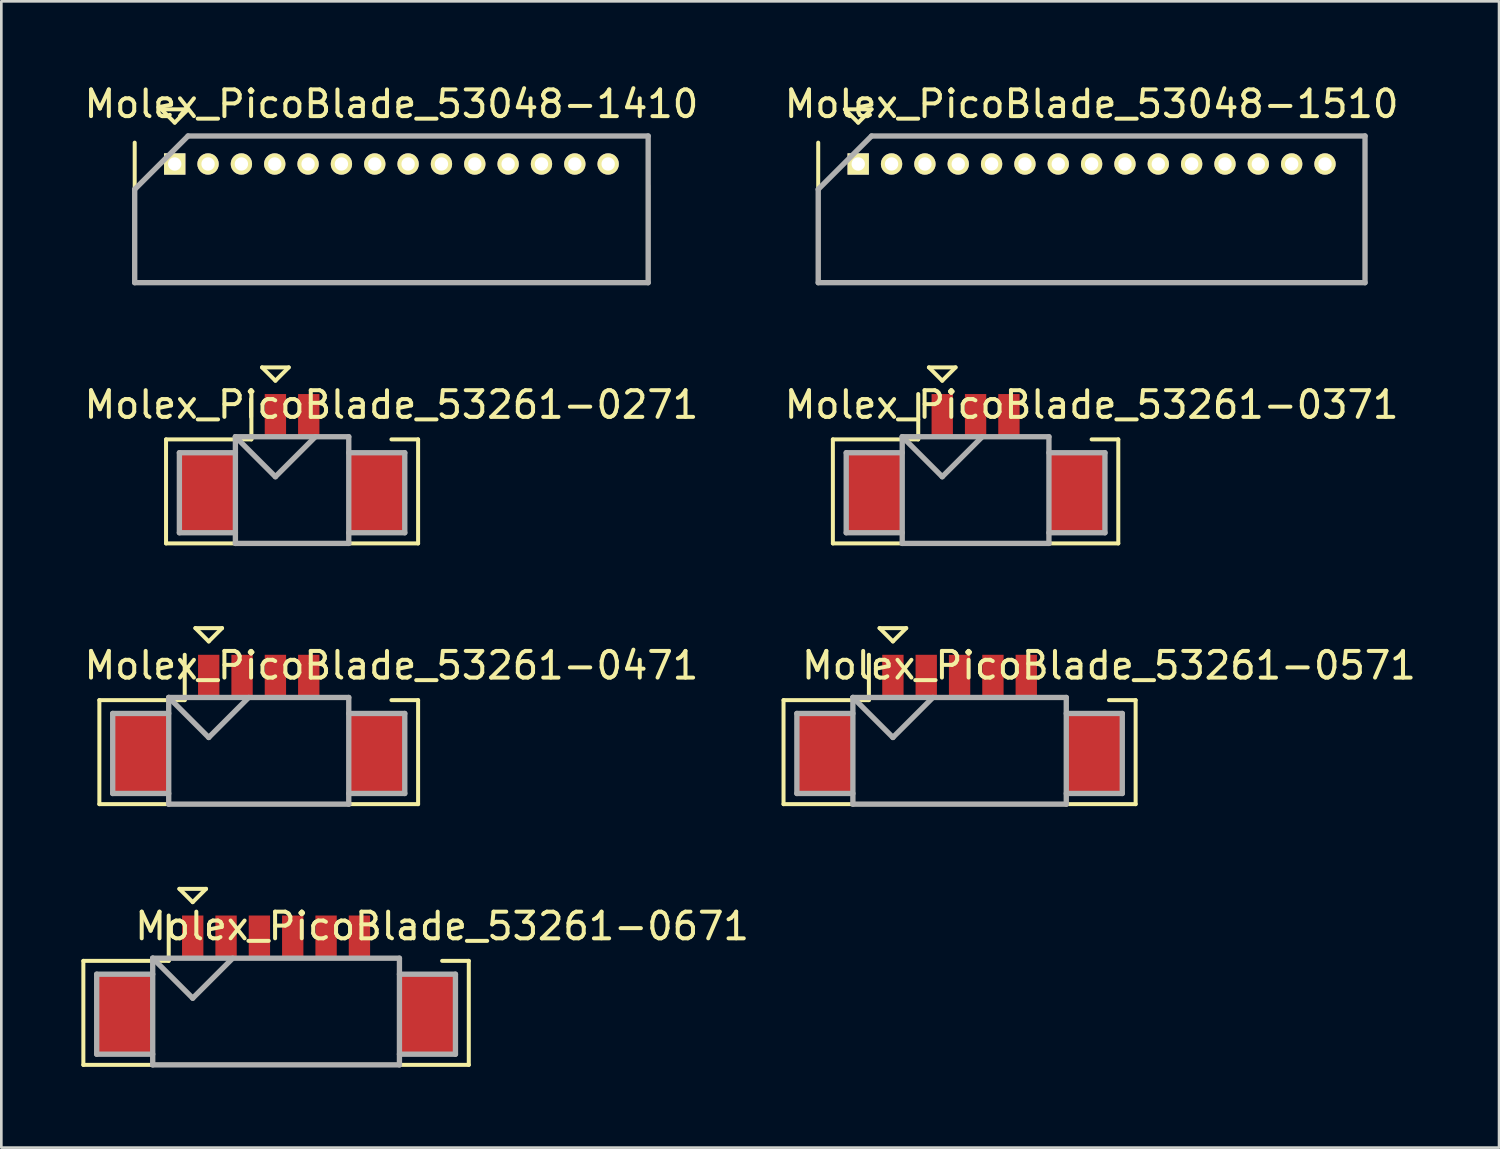
<source format=kicad_pcb>
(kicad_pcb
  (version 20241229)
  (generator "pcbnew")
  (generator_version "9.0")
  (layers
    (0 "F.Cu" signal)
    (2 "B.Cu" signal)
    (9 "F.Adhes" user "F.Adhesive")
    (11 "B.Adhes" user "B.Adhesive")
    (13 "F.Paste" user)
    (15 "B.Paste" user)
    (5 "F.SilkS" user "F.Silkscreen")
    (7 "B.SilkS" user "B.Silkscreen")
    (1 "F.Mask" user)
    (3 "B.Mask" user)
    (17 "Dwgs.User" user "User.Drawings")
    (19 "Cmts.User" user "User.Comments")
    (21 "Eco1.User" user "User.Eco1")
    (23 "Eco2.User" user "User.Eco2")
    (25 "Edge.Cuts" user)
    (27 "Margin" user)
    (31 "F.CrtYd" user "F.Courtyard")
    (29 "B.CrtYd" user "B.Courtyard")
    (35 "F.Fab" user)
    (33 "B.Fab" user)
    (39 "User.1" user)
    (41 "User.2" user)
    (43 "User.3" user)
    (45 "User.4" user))
  (footprint "Molex_PicoBlade_53261-0671"
    (layer "F.Cu")
    (at 7.3 34.973)
    (property "Reference" "Molex_PicoBlade_53261-0671" (at 6.225 -3.3 0) (layer "F.SilkS") (effects (font (size 1 1) (thickness 0.15))))
    (attr smd)
    (fp_line (start -7.225 -2) (end -7.225 1.9) (stroke (width 0.15) (type solid)) (layer "F.SilkS"))
    (fp_line (start -7.225 1.9) (end 7.225 1.9) (stroke (width 0.15) (type solid)) (layer "F.SilkS"))
    (fp_line (start -4.025 -3.7) (end -4.025 -2) (stroke (width 0.15) (type solid)) (layer "F.SilkS"))
    (fp_line (start -4.025 -2) (end -7.225 -2) (stroke (width 0.15) (type solid)) (layer "F.SilkS"))
    (fp_line (start -3.625 -4.7) (end -2.625 -4.7) (stroke (width 0.15) (type solid)) (layer "F.SilkS"))
    (fp_line (start -3.125 -4.2) (end -3.625 -4.7) (stroke (width 0.15) (type solid)) (layer "F.SilkS"))
    (fp_line (start -2.625 -4.7) (end -3.125 -4.2) (stroke (width 0.15) (type solid)) (layer "F.SilkS"))
    (fp_line (start 7.225 -2) (end 6.225 -2) (stroke (width 0.15) (type solid)) (layer "F.SilkS"))
    (fp_line (start 7.225 1.9) (end 7.225 -2) (stroke (width 0.15) (type solid)) (layer "F.SilkS"))
    (fp_line (start -6.725 -1.5) (end -6.725 1.5) (stroke (width 0.2) (type solid)) (layer "F.Fab"))
    (fp_line (start -6.725 1.5) (end -4.625 1.5) (stroke (width 0.2) (type solid)) (layer "F.Fab"))
    (fp_line (start -4.625 -2.1) (end -4.625 1.9) (stroke (width 0.2) (type solid)) (layer "F.Fab"))
    (fp_line (start -4.625 -2.1) (end -3.125 -0.6) (stroke (width 0.2) (type solid)) (layer "F.Fab"))
    (fp_line (start -4.625 -1.5) (end -6.725 -1.5) (stroke (width 0.2) (type solid)) (layer "F.Fab"))
    (fp_line (start -4.625 1.9) (end 4.625 1.9) (stroke (width 0.2) (type solid)) (layer "F.Fab"))
    (fp_line (start -3.125 -0.6) (end -1.625 -2.1) (stroke (width 0.2) (type solid)) (layer "F.Fab"))
    (fp_line (start 4.625 -2.1) (end -4.625 -2.1) (stroke (width 0.2) (type solid)) (layer "F.Fab"))
    (fp_line (start 4.625 -1.5) (end 6.725 -1.5) (stroke (width 0.2) (type solid)) (layer "F.Fab"))
    (fp_line (start 4.625 1.9) (end 4.625 -2.1) (stroke (width 0.2) (type solid)) (layer "F.Fab"))
    (fp_line (start 6.725 -1.5) (end 6.725 1.5) (stroke (width 0.2) (type solid)) (layer "F.Fab"))
    (fp_line (start 6.725 1.5) (end 4.625 1.5) (stroke (width 0.2) (type solid)) (layer "F.Fab"))
    (pad "" smd rect (at -5.675 0) (size 2.1 3) (layers "F.Cu" "F.Mask" "F.Paste"))
    (pad "" smd rect (at 5.675 0) (size 2.1 3) (layers "F.Cu" "F.Mask" "F.Paste"))
    (pad "1" smd rect (at -3.125 -2.9) (size 0.8 1.6) (layers "F.Cu" "F.Mask" "F.Paste"))
    (pad "2" smd rect (at -1.875 -2.9) (size 0.8 1.6) (layers "F.Cu" "F.Mask" "F.Paste"))
    (pad "3" smd rect (at -0.625 -2.9) (size 0.8 1.6) (layers "F.Cu" "F.Mask" "F.Paste"))
    (pad "4" smd rect (at 0.625 -2.9) (size 0.8 1.6) (layers "F.Cu" "F.Mask" "F.Paste"))
    (pad "5" smd rect (at 1.875 -2.9) (size 0.8 1.6) (layers "F.Cu" "F.Mask" "F.Paste"))
    (pad "6" smd rect (at 3.125 -2.9) (size 0.8 1.6) (layers "F.Cu" "F.Mask" "F.Paste")))
  (footprint "Molex_PicoBlade_53261-0371"
    (layer "F.Cu")
    (at 33.525 15.423)
    (property "Reference" "Molex_PicoBlade_53261-0371" (at 4.35 -3.3 0) (layer "F.SilkS") (effects (font (size 1 1) (thickness 0.15))))
    (attr smd)
    (fp_line (start -5.35 -2) (end -5.35 1.9) (stroke (width 0.15) (type solid)) (layer "F.SilkS"))
    (fp_line (start -5.35 1.9) (end 5.35 1.9) (stroke (width 0.15) (type solid)) (layer "F.SilkS"))
    (fp_line (start -2.15 -3.7) (end -2.15 -2) (stroke (width 0.15) (type solid)) (layer "F.SilkS"))
    (fp_line (start -2.15 -2) (end -5.35 -2) (stroke (width 0.15) (type solid)) (layer "F.SilkS"))
    (fp_line (start -1.75 -4.7) (end -0.75 -4.7) (stroke (width 0.15) (type solid)) (layer "F.SilkS"))
    (fp_line (start -1.25 -4.2) (end -1.75 -4.7) (stroke (width 0.15) (type solid)) (layer "F.SilkS"))
    (fp_line (start -0.75 -4.7) (end -1.25 -4.2) (stroke (width 0.15) (type solid)) (layer "F.SilkS"))
    (fp_line (start 5.35 -2) (end 4.35 -2) (stroke (width 0.15) (type solid)) (layer "F.SilkS"))
    (fp_line (start 5.35 1.9) (end 5.35 -2) (stroke (width 0.15) (type solid)) (layer "F.SilkS"))
    (fp_line (start -4.85 -1.5) (end -4.85 1.5) (stroke (width 0.2) (type solid)) (layer "F.Fab"))
    (fp_line (start -4.85 1.5) (end -2.75 1.5) (stroke (width 0.2) (type solid)) (layer "F.Fab"))
    (fp_line (start -2.75 -2.1) (end -2.75 1.9) (stroke (width 0.2) (type solid)) (layer "F.Fab"))
    (fp_line (start -2.75 -2.1) (end -1.25 -0.6) (stroke (width 0.2) (type solid)) (layer "F.Fab"))
    (fp_line (start -2.75 -1.5) (end -4.85 -1.5) (stroke (width 0.2) (type solid)) (layer "F.Fab"))
    (fp_line (start -2.75 1.9) (end 2.75 1.9) (stroke (width 0.2) (type solid)) (layer "F.Fab"))
    (fp_line (start -1.25 -0.6) (end 0.25 -2.1) (stroke (width 0.2) (type solid)) (layer "F.Fab"))
    (fp_line (start 2.75 -2.1) (end -2.75 -2.1) (stroke (width 0.2) (type solid)) (layer "F.Fab"))
    (fp_line (start 2.75 -1.5) (end 4.85 -1.5) (stroke (width 0.2) (type solid)) (layer "F.Fab"))
    (fp_line (start 2.75 1.9) (end 2.75 -2.1) (stroke (width 0.2) (type solid)) (layer "F.Fab"))
    (fp_line (start 4.85 -1.5) (end 4.85 1.5) (stroke (width 0.2) (type solid)) (layer "F.Fab"))
    (fp_line (start 4.85 1.5) (end 2.75 1.5) (stroke (width 0.2) (type solid)) (layer "F.Fab"))
    (pad "" smd rect (at -3.8 0) (size 2.1 3) (layers "F.Cu" "F.Mask" "F.Paste"))
    (pad "" smd rect (at 3.8 0) (size 2.1 3) (layers "F.Cu" "F.Mask" "F.Paste"))
    (pad "1" smd rect (at -1.25 -2.9) (size 0.8 1.6) (layers "F.Cu" "F.Mask" "F.Paste"))
    (pad "2" smd rect (at 0 -2.9) (size 0.8 1.6) (layers "F.Cu" "F.Mask" "F.Paste"))
    (pad "3" smd rect (at 1.25 -2.9) (size 0.8 1.6) (layers "F.Cu" "F.Mask" "F.Paste")))
  (footprint "Molex_PicoBlade_53261-0571"
    (layer "F.Cu")
    (at 32.925 25.198)
    (property "Reference" "Molex_PicoBlade_53261-0571" (at 5.6 -3.3 0) (layer "F.SilkS") (effects (font (size 1 1) (thickness 0.15))))
    (attr smd)
    (fp_line (start -6.6 -2) (end -6.6 1.9) (stroke (width 0.15) (type solid)) (layer "F.SilkS"))
    (fp_line (start -6.6 1.9) (end 6.6 1.9) (stroke (width 0.15) (type solid)) (layer "F.SilkS"))
    (fp_line (start -3.4 -3.7) (end -3.4 -2) (stroke (width 0.15) (type solid)) (layer "F.SilkS"))
    (fp_line (start -3.4 -2) (end -6.6 -2) (stroke (width 0.15) (type solid)) (layer "F.SilkS"))
    (fp_line (start -3 -4.7) (end -2 -4.7) (stroke (width 0.15) (type solid)) (layer "F.SilkS"))
    (fp_line (start -2.5 -4.2) (end -3 -4.7) (stroke (width 0.15) (type solid)) (layer "F.SilkS"))
    (fp_line (start -2 -4.7) (end -2.5 -4.2) (stroke (width 0.15) (type solid)) (layer "F.SilkS"))
    (fp_line (start 6.6 -2) (end 5.6 -2) (stroke (width 0.15) (type solid)) (layer "F.SilkS"))
    (fp_line (start 6.6 1.9) (end 6.6 -2) (stroke (width 0.15) (type solid)) (layer "F.SilkS"))
    (fp_line (start -6.1 -1.5) (end -6.1 1.5) (stroke (width 0.2) (type solid)) (layer "F.Fab"))
    (fp_line (start -6.1 1.5) (end -4 1.5) (stroke (width 0.2) (type solid)) (layer "F.Fab"))
    (fp_line (start -4 -2.1) (end -4 1.9) (stroke (width 0.2) (type solid)) (layer "F.Fab"))
    (fp_line (start -4 -2.1) (end -2.5 -0.6) (stroke (width 0.2) (type solid)) (layer "F.Fab"))
    (fp_line (start -4 -1.5) (end -6.1 -1.5) (stroke (width 0.2) (type solid)) (layer "F.Fab"))
    (fp_line (start -4 1.9) (end 4 1.9) (stroke (width 0.2) (type solid)) (layer "F.Fab"))
    (fp_line (start -2.5 -0.6) (end -1 -2.1) (stroke (width 0.2) (type solid)) (layer "F.Fab"))
    (fp_line (start 4 -2.1) (end -4 -2.1) (stroke (width 0.2) (type solid)) (layer "F.Fab"))
    (fp_line (start 4 -1.5) (end 6.1 -1.5) (stroke (width 0.2) (type solid)) (layer "F.Fab"))
    (fp_line (start 4 1.9) (end 4 -2.1) (stroke (width 0.2) (type solid)) (layer "F.Fab"))
    (fp_line (start 6.1 -1.5) (end 6.1 1.5) (stroke (width 0.2) (type solid)) (layer "F.Fab"))
    (fp_line (start 6.1 1.5) (end 4 1.5) (stroke (width 0.2) (type solid)) (layer "F.Fab"))
    (pad "" smd rect (at -5.05 0) (size 2.1 3) (layers "F.Cu" "F.Mask" "F.Paste"))
    (pad "" smd rect (at 5.05 0) (size 2.1 3) (layers "F.Cu" "F.Mask" "F.Paste"))
    (pad "1" smd rect (at -2.5 -2.9) (size 0.8 1.6) (layers "F.Cu" "F.Mask" "F.Paste"))
    (pad "2" smd rect (at -1.25 -2.9) (size 0.8 1.6) (layers "F.Cu" "F.Mask" "F.Paste"))
    (pad "3" smd rect (at 0 -2.9) (size 0.8 1.6) (layers "F.Cu" "F.Mask" "F.Paste"))
    (pad "4" smd rect (at 1.25 -2.9) (size 0.8 1.6) (layers "F.Cu" "F.Mask" "F.Paste"))
    (pad "5" smd rect (at 2.5 -2.9) (size 0.8 1.6) (layers "F.Cu" "F.Mask" "F.Paste")))
  (footprint "Molex_PicoBlade_53261-0471"
    (layer "F.Cu")
    (at 6.65 25.198)
    (property "Reference" "Molex_PicoBlade_53261-0471" (at 4.975 -3.3 0) (layer "F.SilkS") (effects (font (size 1 1) (thickness 0.15))))
    (attr smd)
    (fp_line (start -5.975 -2) (end -5.975 1.9) (stroke (width 0.15) (type solid)) (layer "F.SilkS"))
    (fp_line (start -5.975 1.9) (end 5.975 1.9) (stroke (width 0.15) (type solid)) (layer "F.SilkS"))
    (fp_line (start -2.775 -3.7) (end -2.775 -2) (stroke (width 0.15) (type solid)) (layer "F.SilkS"))
    (fp_line (start -2.775 -2) (end -5.975 -2) (stroke (width 0.15) (type solid)) (layer "F.SilkS"))
    (fp_line (start -2.375 -4.7) (end -1.375 -4.7) (stroke (width 0.15) (type solid)) (layer "F.SilkS"))
    (fp_line (start -1.875 -4.2) (end -2.375 -4.7) (stroke (width 0.15) (type solid)) (layer "F.SilkS"))
    (fp_line (start -1.375 -4.7) (end -1.875 -4.2) (stroke (width 0.15) (type solid)) (layer "F.SilkS"))
    (fp_line (start 5.975 -2) (end 4.975 -2) (stroke (width 0.15) (type solid)) (layer "F.SilkS"))
    (fp_line (start 5.975 1.9) (end 5.975 -2) (stroke (width 0.15) (type solid)) (layer "F.SilkS"))
    (fp_line (start -5.475 -1.5) (end -5.475 1.5) (stroke (width 0.2) (type solid)) (layer "F.Fab"))
    (fp_line (start -5.475 1.5) (end -3.375 1.5) (stroke (width 0.2) (type solid)) (layer "F.Fab"))
    (fp_line (start -3.375 -2.1) (end -3.375 1.9) (stroke (width 0.2) (type solid)) (layer "F.Fab"))
    (fp_line (start -3.375 -2.1) (end -1.875 -0.6) (stroke (width 0.2) (type solid)) (layer "F.Fab"))
    (fp_line (start -3.375 -1.5) (end -5.475 -1.5) (stroke (width 0.2) (type solid)) (layer "F.Fab"))
    (fp_line (start -3.375 1.9) (end 3.375 1.9) (stroke (width 0.2) (type solid)) (layer "F.Fab"))
    (fp_line (start -1.875 -0.6) (end -0.375 -2.1) (stroke (width 0.2) (type solid)) (layer "F.Fab"))
    (fp_line (start 3.375 -2.1) (end -3.375 -2.1) (stroke (width 0.2) (type solid)) (layer "F.Fab"))
    (fp_line (start 3.375 -1.5) (end 5.475 -1.5) (stroke (width 0.2) (type solid)) (layer "F.Fab"))
    (fp_line (start 3.375 1.9) (end 3.375 -2.1) (stroke (width 0.2) (type solid)) (layer "F.Fab"))
    (fp_line (start 5.475 -1.5) (end 5.475 1.5) (stroke (width 0.2) (type solid)) (layer "F.Fab"))
    (fp_line (start 5.475 1.5) (end 3.375 1.5) (stroke (width 0.2) (type solid)) (layer "F.Fab"))
    (pad "" smd rect (at -4.425 0) (size 2.1 3) (layers "F.Cu" "F.Mask" "F.Paste"))
    (pad "" smd rect (at 4.425 0) (size 2.1 3) (layers "F.Cu" "F.Mask" "F.Paste"))
    (pad "1" smd rect (at -1.875 -2.9) (size 0.8 1.6) (layers "F.Cu" "F.Mask" "F.Paste"))
    (pad "2" smd rect (at -0.625 -2.9) (size 0.8 1.6) (layers "F.Cu" "F.Mask" "F.Paste"))
    (pad "3" smd rect (at 0.625 -2.9) (size 0.8 1.6) (layers "F.Cu" "F.Mask" "F.Paste"))
    (pad "4" smd rect (at 1.875 -2.9) (size 0.8 1.6) (layers "F.Cu" "F.Mask" "F.Paste")))
  (footprint "Molex_PicoBlade_53261-0271"
    (layer "F.Cu")
    (at 7.9 15.423)
    (property "Reference" "Molex_PicoBlade_53261-0271" (at 3.725 -3.3 0) (layer "F.SilkS") (effects (font (size 1 1) (thickness 0.15))))
    (attr smd)
    (fp_line (start -4.725 -2) (end -4.725 1.9) (stroke (width 0.15) (type solid)) (layer "F.SilkS"))
    (fp_line (start -4.725 1.9) (end 4.725 1.9) (stroke (width 0.15) (type solid)) (layer "F.SilkS"))
    (fp_line (start -1.525 -3.7) (end -1.525 -2) (stroke (width 0.15) (type solid)) (layer "F.SilkS"))
    (fp_line (start -1.525 -2) (end -4.725 -2) (stroke (width 0.15) (type solid)) (layer "F.SilkS"))
    (fp_line (start -1.125 -4.7) (end -0.125 -4.7) (stroke (width 0.15) (type solid)) (layer "F.SilkS"))
    (fp_line (start -0.625 -4.2) (end -1.125 -4.7) (stroke (width 0.15) (type solid)) (layer "F.SilkS"))
    (fp_line (start -0.125 -4.7) (end -0.625 -4.2) (stroke (width 0.15) (type solid)) (layer "F.SilkS"))
    (fp_line (start 4.725 -2) (end 3.725 -2) (stroke (width 0.15) (type solid)) (layer "F.SilkS"))
    (fp_line (start 4.725 1.9) (end 4.725 -2) (stroke (width 0.15) (type solid)) (layer "F.SilkS"))
    (fp_line (start -4.225 -1.5) (end -4.225 1.5) (stroke (width 0.2) (type solid)) (layer "F.Fab"))
    (fp_line (start -4.225 1.5) (end -2.125 1.5) (stroke (width 0.2) (type solid)) (layer "F.Fab"))
    (fp_line (start -2.125 -2.1) (end -2.125 1.9) (stroke (width 0.2) (type solid)) (layer "F.Fab"))
    (fp_line (start -2.125 -2.1) (end -0.625 -0.6) (stroke (width 0.2) (type solid)) (layer "F.Fab"))
    (fp_line (start -2.125 -1.5) (end -4.225 -1.5) (stroke (width 0.2) (type solid)) (layer "F.Fab"))
    (fp_line (start -2.125 1.9) (end 2.125 1.9) (stroke (width 0.2) (type solid)) (layer "F.Fab"))
    (fp_line (start -0.625 -0.6) (end 0.875 -2.1) (stroke (width 0.2) (type solid)) (layer "F.Fab"))
    (fp_line (start 2.125 -2.1) (end -2.125 -2.1) (stroke (width 0.2) (type solid)) (layer "F.Fab"))
    (fp_line (start 2.125 -1.5) (end 4.225 -1.5) (stroke (width 0.2) (type solid)) (layer "F.Fab"))
    (fp_line (start 2.125 1.9) (end 2.125 -2.1) (stroke (width 0.2) (type solid)) (layer "F.Fab"))
    (fp_line (start 4.225 -1.5) (end 4.225 1.5) (stroke (width 0.2) (type solid)) (layer "F.Fab"))
    (fp_line (start 4.225 1.5) (end 2.125 1.5) (stroke (width 0.2) (type solid)) (layer "F.Fab"))
    (pad "" smd rect (at -3.175 0) (size 2.1 3) (layers "F.Cu" "F.Mask" "F.Paste"))
    (pad "" smd rect (at 3.175 0) (size 2.1 3) (layers "F.Cu" "F.Mask" "F.Paste"))
    (pad "1" smd rect (at -0.625 -2.9) (size 0.8 1.6) (layers "F.Cu" "F.Mask" "F.Paste"))
    (pad "2" smd rect (at 0.625 -2.9) (size 0.8 1.6) (layers "F.Cu" "F.Mask" "F.Paste")))
  (footprint "Molex_PicoBlade_53048-1410"
    (layer "F.Cu")
    (at 3.5 3.098)
    (property "Reference" "Molex_PicoBlade_53048-1410" (at 8.125 -2.25 0) (layer "F.SilkS") (effects (font (size 1 1) (thickness 0.15))))
    (attr through_hole)
    (fp_line (start -1.5 -0.8) (end -1.5 4.45) (stroke (width 0.15) (type solid)) (layer "F.SilkS"))
    (fp_line (start -1.5 4.45) (end 17.75 4.45) (stroke (width 0.15) (type solid)) (layer "F.SilkS"))
    (fp_line (start -0.5 -2.05) (end 0.5 -2.05) (stroke (width 0.15) (type solid)) (layer "F.SilkS"))
    (fp_line (start 0 -1.55) (end -0.5 -2.05) (stroke (width 0.15) (type solid)) (layer "F.SilkS"))
    (fp_line (start 0.5 -2.05) (end 0 -1.55) (stroke (width 0.15) (type solid)) (layer "F.SilkS"))
    (fp_line (start 17.75 4.45) (end 17.75 0.8) (stroke (width 0.15) (type solid)) (layer "F.SilkS"))
    (fp_line (start -1.5 0.95) (end -1.5 4.45) (stroke (width 0.2) (type solid)) (layer "F.Fab"))
    (fp_line (start -1.5 4.45) (end 17.75 4.45) (stroke (width 0.2) (type solid)) (layer "F.Fab"))
    (fp_line (start 0.5 -1.05) (end -1.5 0.95) (stroke (width 0.2) (type solid)) (layer "F.Fab"))
    (fp_line (start 17.75 -1.05) (end 0.5 -1.05) (stroke (width 0.2) (type solid)) (layer "F.Fab"))
    (fp_line (start 17.75 4.45) (end 17.75 -1.05) (stroke (width 0.2) (type solid)) (layer "F.Fab"))
    (pad "1" thru_hole rect (at 0 0) (size 0.8 0.8) (drill 0.5) (layers "*.Cu" "*.Mask" "F.SilkS"))
    (pad "2" thru_hole oval (at 1.25 0) (size 0.8 0.8) (drill 0.5) (layers "*.Cu" "*.Mask" "F.SilkS"))
    (pad "3" thru_hole oval (at 2.5 0) (size 0.8 0.8) (drill 0.5) (layers "*.Cu" "*.Mask" "F.SilkS"))
    (pad "4" thru_hole oval (at 3.75 0) (size 0.8 0.8) (drill 0.5) (layers "*.Cu" "*.Mask" "F.SilkS"))
    (pad "5" thru_hole oval (at 5 0) (size 0.8 0.8) (drill 0.5) (layers "*.Cu" "*.Mask" "F.SilkS"))
    (pad "6" thru_hole oval (at 6.25 0) (size 0.8 0.8) (drill 0.5) (layers "*.Cu" "*.Mask" "F.SilkS"))
    (pad "7" thru_hole oval (at 7.5 0) (size 0.8 0.8) (drill 0.5) (layers "*.Cu" "*.Mask" "F.SilkS"))
    (pad "8" thru_hole oval (at 8.75 0) (size 0.8 0.8) (drill 0.5) (layers "*.Cu" "*.Mask" "F.SilkS"))
    (pad "9" thru_hole oval (at 10 0) (size 0.8 0.8) (drill 0.5) (layers "*.Cu" "*.Mask" "F.SilkS"))
    (pad "10" thru_hole oval (at 11.25 0) (size 0.8 0.8) (drill 0.5) (layers "*.Cu" "*.Mask" "F.SilkS"))
    (pad "11" thru_hole oval (at 12.5 0) (size 0.8 0.8) (drill 0.5) (layers "*.Cu" "*.Mask" "F.SilkS"))
    (pad "12" thru_hole oval (at 13.75 0) (size 0.8 0.8) (drill 0.5) (layers "*.Cu" "*.Mask" "F.SilkS"))
    (pad "13" thru_hole oval (at 15 0) (size 0.8 0.8) (drill 0.5) (layers "*.Cu" "*.Mask" "F.SilkS"))
    (pad "14" thru_hole oval (at 16.25 0) (size 0.8 0.8) (drill 0.5) (layers "*.Cu" "*.Mask" "F.SilkS")))
  (footprint "Molex_PicoBlade_53048-1510"
    (layer "F.Cu")
    (at 29.125 3.098)
    (property "Reference" "Molex_PicoBlade_53048-1510" (at 8.75 -2.25 0) (layer "F.SilkS") (effects (font (size 1 1) (thickness 0.15))))
    (attr through_hole)
    (fp_line (start -1.5 -0.8) (end -1.5 4.45) (stroke (width 0.15) (type solid)) (layer "F.SilkS"))
    (fp_line (start -1.5 4.45) (end 19 4.45) (stroke (width 0.15) (type solid)) (layer "F.SilkS"))
    (fp_line (start -0.5 -2.05) (end 0.5 -2.05) (stroke (width 0.15) (type solid)) (layer "F.SilkS"))
    (fp_line (start 0 -1.55) (end -0.5 -2.05) (stroke (width 0.15) (type solid)) (layer "F.SilkS"))
    (fp_line (start 0.5 -2.05) (end 0 -1.55) (stroke (width 0.15) (type solid)) (layer "F.SilkS"))
    (fp_line (start 19 4.45) (end 19 0.8) (stroke (width 0.15) (type solid)) (layer "F.SilkS"))
    (fp_line (start -1.5 0.95) (end -1.5 4.45) (stroke (width 0.2) (type solid)) (layer "F.Fab"))
    (fp_line (start -1.5 4.45) (end 19 4.45) (stroke (width 0.2) (type solid)) (layer "F.Fab"))
    (fp_line (start 0.5 -1.05) (end -1.5 0.95) (stroke (width 0.2) (type solid)) (layer "F.Fab"))
    (fp_line (start 19 -1.05) (end 0.5 -1.05) (stroke (width 0.2) (type solid)) (layer "F.Fab"))
    (fp_line (start 19 4.45) (end 19 -1.05) (stroke (width 0.2) (type solid)) (layer "F.Fab"))
    (pad "1" thru_hole rect (at 0 0) (size 0.8 0.8) (drill 0.5) (layers "*.Cu" "*.Mask" "F.SilkS"))
    (pad "2" thru_hole oval (at 1.25 0) (size 0.8 0.8) (drill 0.5) (layers "*.Cu" "*.Mask" "F.SilkS"))
    (pad "3" thru_hole oval (at 2.5 0) (size 0.8 0.8) (drill 0.5) (layers "*.Cu" "*.Mask" "F.SilkS"))
    (pad "4" thru_hole oval (at 3.75 0) (size 0.8 0.8) (drill 0.5) (layers "*.Cu" "*.Mask" "F.SilkS"))
    (pad "5" thru_hole oval (at 5 0) (size 0.8 0.8) (drill 0.5) (layers "*.Cu" "*.Mask" "F.SilkS"))
    (pad "6" thru_hole oval (at 6.25 0) (size 0.8 0.8) (drill 0.5) (layers "*.Cu" "*.Mask" "F.SilkS"))
    (pad "7" thru_hole oval (at 7.5 0) (size 0.8 0.8) (drill 0.5) (layers "*.Cu" "*.Mask" "F.SilkS"))
    (pad "8" thru_hole oval (at 8.75 0) (size 0.8 0.8) (drill 0.5) (layers "*.Cu" "*.Mask" "F.SilkS"))
    (pad "9" thru_hole oval (at 10 0) (size 0.8 0.8) (drill 0.5) (layers "*.Cu" "*.Mask" "F.SilkS"))
    (pad "10" thru_hole oval (at 11.25 0) (size 0.8 0.8) (drill 0.5) (layers "*.Cu" "*.Mask" "F.SilkS"))
    (pad "11" thru_hole oval (at 12.5 0) (size 0.8 0.8) (drill 0.5) (layers "*.Cu" "*.Mask" "F.SilkS"))
    (pad "12" thru_hole oval (at 13.75 0) (size 0.8 0.8) (drill 0.5) (layers "*.Cu" "*.Mask" "F.SilkS"))
    (pad "13" thru_hole oval (at 15 0) (size 0.8 0.8) (drill 0.5) (layers "*.Cu" "*.Mask" "F.SilkS"))
    (pad "14" thru_hole oval (at 16.25 0) (size 0.8 0.8) (drill 0.5) (layers "*.Cu" "*.Mask" "F.SilkS"))
    (pad "15" thru_hole oval (at 17.5 0) (size 0.8 0.8) (drill 0.5) (layers "*.Cu" "*.Mask" "F.SilkS")))
  (gr_rect
    (start -3 -3)
    (end 53.15 39.973)
    (stroke (width 0.1) (type default))
    (fill no)
    (layer "Edge.Cuts")))
</source>
